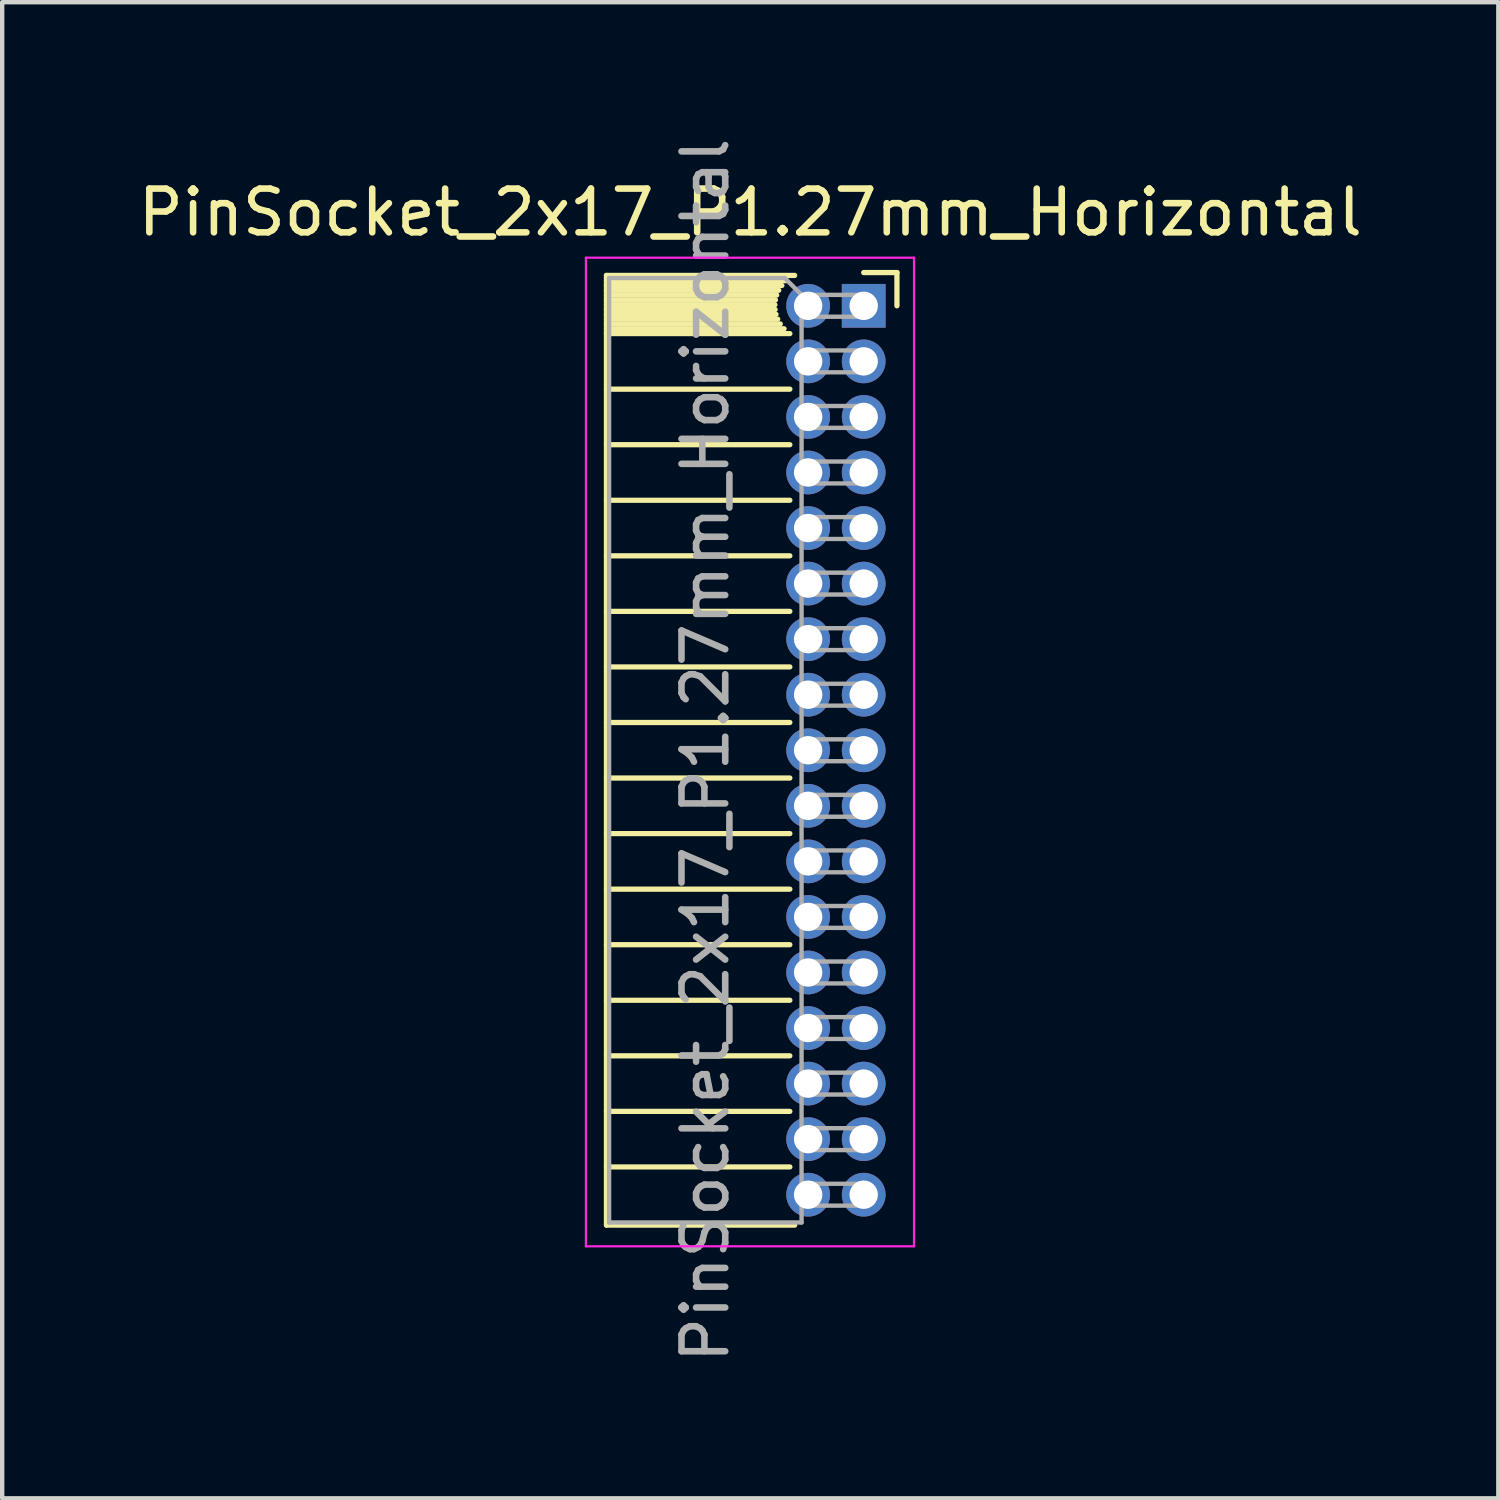
<source format=kicad_pcb>
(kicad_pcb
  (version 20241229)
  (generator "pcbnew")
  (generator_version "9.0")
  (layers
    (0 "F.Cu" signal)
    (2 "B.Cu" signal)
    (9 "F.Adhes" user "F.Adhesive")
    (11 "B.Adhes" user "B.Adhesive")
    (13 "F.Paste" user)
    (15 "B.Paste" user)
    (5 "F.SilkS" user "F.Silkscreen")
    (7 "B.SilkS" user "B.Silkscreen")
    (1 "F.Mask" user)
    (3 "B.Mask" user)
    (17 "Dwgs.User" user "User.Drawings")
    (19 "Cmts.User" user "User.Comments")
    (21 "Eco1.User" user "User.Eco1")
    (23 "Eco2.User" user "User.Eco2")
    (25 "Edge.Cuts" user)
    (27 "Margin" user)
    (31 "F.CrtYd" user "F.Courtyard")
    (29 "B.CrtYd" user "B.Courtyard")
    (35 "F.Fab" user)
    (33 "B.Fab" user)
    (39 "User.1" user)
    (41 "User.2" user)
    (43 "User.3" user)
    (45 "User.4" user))
  (footprint "PinSocket_2x17_P1.27mm_Horizontal"
    (layer "F.Cu")
    (at 16.694 3.941)
    (property "Reference" "PinSocket_2x17_P1.27mm_Horizontal" (at -2.592 -2.135 0) (layer "F.SilkS") (effects (font (size 1 1) (thickness 0.15))))
    (attr through_hole)
    (fp_line (start -5.88 -0.695) (end -5.88 21.015) (stroke (width 0.12) (type solid)) (layer "F.SilkS"))
    (fp_line (start -5.88 -0.695) (end -1.578 -0.695) (stroke (width 0.12) (type solid)) (layer "F.SilkS"))
    (fp_line (start -5.88 -0.575) (end -1.767 -0.575) (stroke (width 0.12) (type solid)) (layer "F.SilkS"))
    (fp_line (start -5.88 -0.465) (end -1.871 -0.465) (stroke (width 0.12) (type solid)) (layer "F.SilkS"))
    (fp_line (start -5.88 -0.355) (end -1.942 -0.355) (stroke (width 0.12) (type solid)) (layer "F.SilkS"))
    (fp_line (start -5.88 -0.245) (end -1.989 -0.245) (stroke (width 0.12) (type solid)) (layer "F.SilkS"))
    (fp_line (start -5.88 -0.135) (end -2.018 -0.135) (stroke (width 0.12) (type solid)) (layer "F.SilkS"))
    (fp_line (start -5.88 -0.025) (end -2.03 -0.025) (stroke (width 0.12) (type solid)) (layer "F.SilkS"))
    (fp_line (start -5.88 0.085) (end -2.025 0.085) (stroke (width 0.12) (type solid)) (layer "F.SilkS"))
    (fp_line (start -5.88 0.195) (end -2.005 0.195) (stroke (width 0.12) (type solid)) (layer "F.SilkS"))
    (fp_line (start -5.88 0.305) (end -1.966 0.305) (stroke (width 0.12) (type solid)) (layer "F.SilkS"))
    (fp_line (start -5.88 0.415) (end -1.907 0.415) (stroke (width 0.12) (type solid)) (layer "F.SilkS"))
    (fp_line (start -5.88 0.525) (end -1.82 0.525) (stroke (width 0.12) (type solid)) (layer "F.SilkS"))
    (fp_line (start -5.88 0.635) (end -1.688 0.635) (stroke (width 0.12) (type solid)) (layer "F.SilkS"))
    (fp_line (start -5.88 1.905) (end -1.688 1.905) (stroke (width 0.12) (type solid)) (layer "F.SilkS"))
    (fp_line (start -5.88 3.175) (end -1.688 3.175) (stroke (width 0.12) (type solid)) (layer "F.SilkS"))
    (fp_line (start -5.88 4.445) (end -1.688 4.445) (stroke (width 0.12) (type solid)) (layer "F.SilkS"))
    (fp_line (start -5.88 5.715) (end -1.688 5.715) (stroke (width 0.12) (type solid)) (layer "F.SilkS"))
    (fp_line (start -5.88 6.985) (end -1.688 6.985) (stroke (width 0.12) (type solid)) (layer "F.SilkS"))
    (fp_line (start -5.88 8.255) (end -1.688 8.255) (stroke (width 0.12) (type solid)) (layer "F.SilkS"))
    (fp_line (start -5.88 9.525) (end -1.688 9.525) (stroke (width 0.12) (type solid)) (layer "F.SilkS"))
    (fp_line (start -5.88 10.795) (end -1.688 10.795) (stroke (width 0.12) (type solid)) (layer "F.SilkS"))
    (fp_line (start -5.88 12.065) (end -1.688 12.065) (stroke (width 0.12) (type solid)) (layer "F.SilkS"))
    (fp_line (start -5.88 13.335) (end -1.688 13.335) (stroke (width 0.12) (type solid)) (layer "F.SilkS"))
    (fp_line (start -5.88 14.605) (end -1.688 14.605) (stroke (width 0.12) (type solid)) (layer "F.SilkS"))
    (fp_line (start -5.88 15.875) (end -1.688 15.875) (stroke (width 0.12) (type solid)) (layer "F.SilkS"))
    (fp_line (start -5.88 17.145) (end -1.688 17.145) (stroke (width 0.12) (type solid)) (layer "F.SilkS"))
    (fp_line (start -5.88 18.415) (end -1.688 18.415) (stroke (width 0.12) (type solid)) (layer "F.SilkS"))
    (fp_line (start -5.88 19.685) (end -1.688 19.685) (stroke (width 0.12) (type solid)) (layer "F.SilkS"))
    (fp_line (start -5.88 21.015) (end -1.578 21.015) (stroke (width 0.12) (type solid)) (layer "F.SilkS"))
    (fp_line (start 0 -0.76) (end 0.76 -0.76) (stroke (width 0.12) (type solid)) (layer "F.SilkS"))
    (fp_line (start 0.76 -0.76) (end 0.76 0) (stroke (width 0.12) (type solid)) (layer "F.SilkS"))
    (fp_line (start -6.35 -1.1) (end -6.35 21.5) (stroke (width 0.05) (type solid)) (layer "F.CrtYd"))
    (fp_line (start -6.35 21.5) (end 1.15 21.5) (stroke (width 0.05) (type solid)) (layer "F.CrtYd"))
    (fp_line (start 1.15 -1.1) (end -6.35 -1.1) (stroke (width 0.05) (type solid)) (layer "F.CrtYd"))
    (fp_line (start 1.15 21.5) (end 1.15 -1.1) (stroke (width 0.05) (type solid)) (layer "F.CrtYd"))
    (fp_line (start -5.82 -0.635) (end -1.805 -0.635) (stroke (width 0.1) (type solid)) (layer "F.Fab"))
    (fp_line (start -5.82 20.955) (end -5.82 -0.635) (stroke (width 0.1) (type solid)) (layer "F.Fab"))
    (fp_line (start -1.805 -0.635) (end -1.42 -0.25) (stroke (width 0.1) (type solid)) (layer "F.Fab"))
    (fp_line (start -1.42 -0.25) (end -1.42 20.955) (stroke (width 0.1) (type solid)) (layer "F.Fab"))
    (fp_line (start -1.42 0.25) (end 0 0.25) (stroke (width 0.1) (type solid)) (layer "F.Fab"))
    (fp_line (start -1.42 1.52) (end 0 1.52) (stroke (width 0.1) (type solid)) (layer "F.Fab"))
    (fp_line (start -1.42 2.79) (end 0 2.79) (stroke (width 0.1) (type solid)) (layer "F.Fab"))
    (fp_line (start -1.42 4.06) (end 0 4.06) (stroke (width 0.1) (type solid)) (layer "F.Fab"))
    (fp_line (start -1.42 5.33) (end 0 5.33) (stroke (width 0.1) (type solid)) (layer "F.Fab"))
    (fp_line (start -1.42 6.6) (end 0 6.6) (stroke (width 0.1) (type solid)) (layer "F.Fab"))
    (fp_line (start -1.42 7.87) (end 0 7.87) (stroke (width 0.1) (type solid)) (layer "F.Fab"))
    (fp_line (start -1.42 9.14) (end 0 9.14) (stroke (width 0.1) (type solid)) (layer "F.Fab"))
    (fp_line (start -1.42 10.41) (end 0 10.41) (stroke (width 0.1) (type solid)) (layer "F.Fab"))
    (fp_line (start -1.42 11.68) (end 0 11.68) (stroke (width 0.1) (type solid)) (layer "F.Fab"))
    (fp_line (start -1.42 12.95) (end 0 12.95) (stroke (width 0.1) (type solid)) (layer "F.Fab"))
    (fp_line (start -1.42 14.22) (end 0 14.22) (stroke (width 0.1) (type solid)) (layer "F.Fab"))
    (fp_line (start -1.42 15.49) (end 0 15.49) (stroke (width 0.1) (type solid)) (layer "F.Fab"))
    (fp_line (start -1.42 16.76) (end 0 16.76) (stroke (width 0.1) (type solid)) (layer "F.Fab"))
    (fp_line (start -1.42 18.03) (end 0 18.03) (stroke (width 0.1) (type solid)) (layer "F.Fab"))
    (fp_line (start -1.42 19.3) (end 0 19.3) (stroke (width 0.1) (type solid)) (layer "F.Fab"))
    (fp_line (start -1.42 20.57) (end 0 20.57) (stroke (width 0.1) (type solid)) (layer "F.Fab"))
    (fp_line (start -1.42 20.955) (end -5.82 20.955) (stroke (width 0.1) (type solid)) (layer "F.Fab"))
    (fp_line (start 0 -0.25) (end -1.42 -0.25) (stroke (width 0.1) (type solid)) (layer "F.Fab"))
    (fp_line (start 0 0.25) (end 0 -0.25) (stroke (width 0.1) (type solid)) (layer "F.Fab"))
    (fp_line (start 0 1.02) (end -1.42 1.02) (stroke (width 0.1) (type solid)) (layer "F.Fab"))
    (fp_line (start 0 1.52) (end 0 1.02) (stroke (width 0.1) (type solid)) (layer "F.Fab"))
    (fp_line (start 0 2.29) (end -1.42 2.29) (stroke (width 0.1) (type solid)) (layer "F.Fab"))
    (fp_line (start 0 2.79) (end 0 2.29) (stroke (width 0.1) (type solid)) (layer "F.Fab"))
    (fp_line (start 0 3.56) (end -1.42 3.56) (stroke (width 0.1) (type solid)) (layer "F.Fab"))
    (fp_line (start 0 4.06) (end 0 3.56) (stroke (width 0.1) (type solid)) (layer "F.Fab"))
    (fp_line (start 0 4.83) (end -1.42 4.83) (stroke (width 0.1) (type solid)) (layer "F.Fab"))
    (fp_line (start 0 5.33) (end 0 4.83) (stroke (width 0.1) (type solid)) (layer "F.Fab"))
    (fp_line (start 0 6.1) (end -1.42 6.1) (stroke (width 0.1) (type solid)) (layer "F.Fab"))
    (fp_line (start 0 6.6) (end 0 6.1) (stroke (width 0.1) (type solid)) (layer "F.Fab"))
    (fp_line (start 0 7.37) (end -1.42 7.37) (stroke (width 0.1) (type solid)) (layer "F.Fab"))
    (fp_line (start 0 7.87) (end 0 7.37) (stroke (width 0.1) (type solid)) (layer "F.Fab"))
    (fp_line (start 0 8.64) (end -1.42 8.64) (stroke (width 0.1) (type solid)) (layer "F.Fab"))
    (fp_line (start 0 9.14) (end 0 8.64) (stroke (width 0.1) (type solid)) (layer "F.Fab"))
    (fp_line (start 0 9.91) (end -1.42 9.91) (stroke (width 0.1) (type solid)) (layer "F.Fab"))
    (fp_line (start 0 10.41) (end 0 9.91) (stroke (width 0.1) (type solid)) (layer "F.Fab"))
    (fp_line (start 0 11.18) (end -1.42 11.18) (stroke (width 0.1) (type solid)) (layer "F.Fab"))
    (fp_line (start 0 11.68) (end 0 11.18) (stroke (width 0.1) (type solid)) (layer "F.Fab"))
    (fp_line (start 0 12.45) (end -1.42 12.45) (stroke (width 0.1) (type solid)) (layer "F.Fab"))
    (fp_line (start 0 12.95) (end 0 12.45) (stroke (width 0.1) (type solid)) (layer "F.Fab"))
    (fp_line (start 0 13.72) (end -1.42 13.72) (stroke (width 0.1) (type solid)) (layer "F.Fab"))
    (fp_line (start 0 14.22) (end 0 13.72) (stroke (width 0.1) (type solid)) (layer "F.Fab"))
    (fp_line (start 0 14.99) (end -1.42 14.99) (stroke (width 0.1) (type solid)) (layer "F.Fab"))
    (fp_line (start 0 15.49) (end 0 14.99) (stroke (width 0.1) (type solid)) (layer "F.Fab"))
    (fp_line (start 0 16.26) (end -1.42 16.26) (stroke (width 0.1) (type solid)) (layer "F.Fab"))
    (fp_line (start 0 16.76) (end 0 16.26) (stroke (width 0.1) (type solid)) (layer "F.Fab"))
    (fp_line (start 0 17.53) (end -1.42 17.53) (stroke (width 0.1) (type solid)) (layer "F.Fab"))
    (fp_line (start 0 18.03) (end 0 17.53) (stroke (width 0.1) (type solid)) (layer "F.Fab"))
    (fp_line (start 0 18.8) (end -1.42 18.8) (stroke (width 0.1) (type solid)) (layer "F.Fab"))
    (fp_line (start 0 19.3) (end 0 18.8) (stroke (width 0.1) (type solid)) (layer "F.Fab"))
    (fp_line (start 0 20.07) (end -1.42 20.07) (stroke (width 0.1) (type solid)) (layer "F.Fab"))
    (fp_line (start 0 20.57) (end 0 20.07) (stroke (width 0.1) (type solid)) (layer "F.Fab"))
    (fp_text user "${REFERENCE}" (at -3.62 10.16 90) (layer "F.Fab") (effects (font (size 1 1) (thickness 0.15))))
    (pad "1" thru_hole rect (at 0 0) (size 1 1) (drill 0.65) (layers "*.Cu" "*.Mask"))
    (pad "2" thru_hole circle (at -1.27 0) (size 1 1) (drill 0.65) (layers "*.Cu" "*.Mask"))
    (pad "3" thru_hole circle (at 0 1.27) (size 1 1) (drill 0.65) (layers "*.Cu" "*.Mask"))
    (pad "4" thru_hole circle (at -1.27 1.27) (size 1 1) (drill 0.65) (layers "*.Cu" "*.Mask"))
    (pad "5" thru_hole circle (at 0 2.54) (size 1 1) (drill 0.65) (layers "*.Cu" "*.Mask"))
    (pad "6" thru_hole circle (at -1.27 2.54) (size 1 1) (drill 0.65) (layers "*.Cu" "*.Mask"))
    (pad "7" thru_hole circle (at 0 3.81) (size 1 1) (drill 0.65) (layers "*.Cu" "*.Mask"))
    (pad "8" thru_hole circle (at -1.27 3.81) (size 1 1) (drill 0.65) (layers "*.Cu" "*.Mask"))
    (pad "9" thru_hole circle (at 0 5.08) (size 1 1) (drill 0.65) (layers "*.Cu" "*.Mask"))
    (pad "10" thru_hole circle (at -1.27 5.08) (size 1 1) (drill 0.65) (layers "*.Cu" "*.Mask"))
    (pad "11" thru_hole circle (at 0 6.35) (size 1 1) (drill 0.65) (layers "*.Cu" "*.Mask"))
    (pad "12" thru_hole circle (at -1.27 6.35) (size 1 1) (drill 0.65) (layers "*.Cu" "*.Mask"))
    (pad "13" thru_hole circle (at 0 7.62) (size 1 1) (drill 0.65) (layers "*.Cu" "*.Mask"))
    (pad "14" thru_hole circle (at -1.27 7.62) (size 1 1) (drill 0.65) (layers "*.Cu" "*.Mask"))
    (pad "15" thru_hole circle (at 0 8.89) (size 1 1) (drill 0.65) (layers "*.Cu" "*.Mask"))
    (pad "16" thru_hole circle (at -1.27 8.89) (size 1 1) (drill 0.65) (layers "*.Cu" "*.Mask"))
    (pad "17" thru_hole circle (at 0 10.16) (size 1 1) (drill 0.65) (layers "*.Cu" "*.Mask"))
    (pad "18" thru_hole circle (at -1.27 10.16) (size 1 1) (drill 0.65) (layers "*.Cu" "*.Mask"))
    (pad "19" thru_hole circle (at 0 11.43) (size 1 1) (drill 0.65) (layers "*.Cu" "*.Mask"))
    (pad "20" thru_hole circle (at -1.27 11.43) (size 1 1) (drill 0.65) (layers "*.Cu" "*.Mask"))
    (pad "21" thru_hole circle (at 0 12.7) (size 1 1) (drill 0.65) (layers "*.Cu" "*.Mask"))
    (pad "22" thru_hole circle (at -1.27 12.7) (size 1 1) (drill 0.65) (layers "*.Cu" "*.Mask"))
    (pad "23" thru_hole circle (at 0 13.97) (size 1 1) (drill 0.65) (layers "*.Cu" "*.Mask"))
    (pad "24" thru_hole circle (at -1.27 13.97) (size 1 1) (drill 0.65) (layers "*.Cu" "*.Mask"))
    (pad "25" thru_hole circle (at 0 15.24) (size 1 1) (drill 0.65) (layers "*.Cu" "*.Mask"))
    (pad "26" thru_hole circle (at -1.27 15.24) (size 1 1) (drill 0.65) (layers "*.Cu" "*.Mask"))
    (pad "27" thru_hole circle (at 0 16.51) (size 1 1) (drill 0.65) (layers "*.Cu" "*.Mask"))
    (pad "28" thru_hole circle (at -1.27 16.51) (size 1 1) (drill 0.65) (layers "*.Cu" "*.Mask"))
    (pad "29" thru_hole circle (at 0 17.78) (size 1 1) (drill 0.65) (layers "*.Cu" "*.Mask"))
    (pad "30" thru_hole circle (at -1.27 17.78) (size 1 1) (drill 0.65) (layers "*.Cu" "*.Mask"))
    (pad "31" thru_hole circle (at 0 19.05) (size 1 1) (drill 0.65) (layers "*.Cu" "*.Mask"))
    (pad "32" thru_hole circle (at -1.27 19.05) (size 1 1) (drill 0.65) (layers "*.Cu" "*.Mask"))
    (pad "33" thru_hole circle (at 0 20.32) (size 1 1) (drill 0.65) (layers "*.Cu" "*.Mask"))
    (pad "34" thru_hole circle (at -1.27 20.32) (size 1 1) (drill 0.65) (layers "*.Cu" "*.Mask")))
  (gr_rect
    (start -3 -3)
    (end 31.202 31.202)
    (stroke (width 0.1) (type default))
    (fill no)
    (layer "Edge.Cuts")))
</source>
